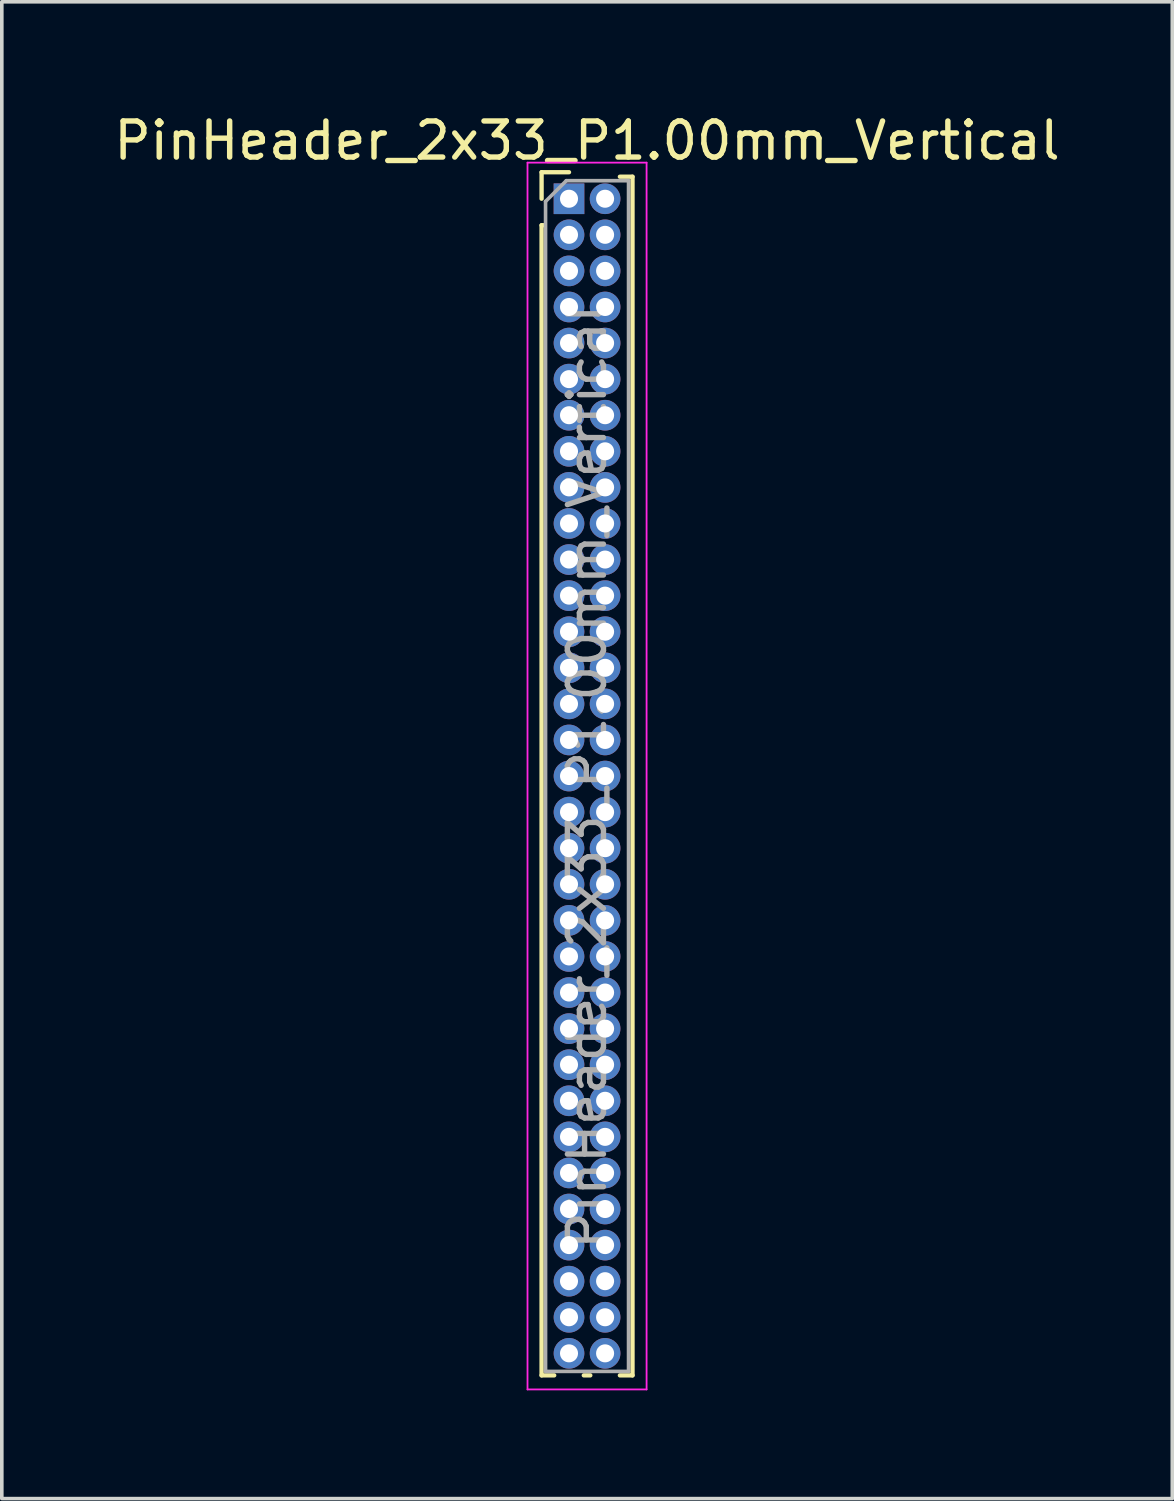
<source format=kicad_pcb>
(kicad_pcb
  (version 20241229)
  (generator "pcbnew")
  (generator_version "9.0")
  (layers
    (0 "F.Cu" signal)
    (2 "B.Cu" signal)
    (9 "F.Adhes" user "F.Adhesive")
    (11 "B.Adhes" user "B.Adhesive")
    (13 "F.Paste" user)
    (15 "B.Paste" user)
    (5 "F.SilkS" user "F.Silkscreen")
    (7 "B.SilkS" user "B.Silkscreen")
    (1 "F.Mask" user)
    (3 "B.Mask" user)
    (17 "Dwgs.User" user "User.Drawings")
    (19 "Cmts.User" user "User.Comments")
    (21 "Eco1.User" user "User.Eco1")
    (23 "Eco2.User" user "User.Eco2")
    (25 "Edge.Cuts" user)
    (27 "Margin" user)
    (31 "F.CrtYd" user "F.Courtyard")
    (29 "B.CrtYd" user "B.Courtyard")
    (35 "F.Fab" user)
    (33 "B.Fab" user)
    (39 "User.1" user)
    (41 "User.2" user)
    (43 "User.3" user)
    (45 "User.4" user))
  (footprint "PinHeader_2x33_P1.00mm_Vertical"
    (layer "F.Cu")
    (at 12.72 2.458)
    (property "Reference" "PinHeader_2x33_P1.00mm_Vertical" (at 0.5 -1.61 0) (layer "F.SilkS") (effects (font (size 1 1) (thickness 0.15))))
    (attr through_hole)
    (fp_line (start -0.76 -0.735) (end 0 -0.735) (stroke (width 0.12) (type solid)) (layer "F.SilkS"))
    (fp_line (start -0.76 0) (end -0.76 -0.735) (stroke (width 0.12) (type solid)) (layer "F.SilkS"))
    (fp_line (start -0.76 0.735) (end -0.76 32.61) (stroke (width 0.12) (type solid)) (layer "F.SilkS"))
    (fp_line (start -0.76 0.735) (end -0.686 0.735) (stroke (width 0.12) (type solid)) (layer "F.SilkS"))
    (fp_line (start -0.76 32.61) (end -0.41 32.61) (stroke (width 0.12) (type solid)) (layer "F.SilkS"))
    (fp_line (start 0.41 32.61) (end 0.59 32.61) (stroke (width 0.12) (type solid)) (layer "F.SilkS"))
    (fp_line (start 1.41 -0.61) (end 1.76 -0.61) (stroke (width 0.12) (type solid)) (layer "F.SilkS"))
    (fp_line (start 1.41 32.61) (end 1.76 32.61) (stroke (width 0.12) (type solid)) (layer "F.SilkS"))
    (fp_line (start 1.76 -0.61) (end 1.76 32.61) (stroke (width 0.12) (type solid)) (layer "F.SilkS"))
    (fp_line (start -1.15 -1) (end -1.15 33) (stroke (width 0.05) (type solid)) (layer "F.CrtYd"))
    (fp_line (start -1.15 33) (end 2.15 33) (stroke (width 0.05) (type solid)) (layer "F.CrtYd"))
    (fp_line (start 2.15 -1) (end -1.15 -1) (stroke (width 0.05) (type solid)) (layer "F.CrtYd"))
    (fp_line (start 2.15 33) (end 2.15 -1) (stroke (width 0.05) (type solid)) (layer "F.CrtYd"))
    (fp_line (start -0.65 0.075) (end -0.075 -0.5) (stroke (width 0.1) (type solid)) (layer "F.Fab"))
    (fp_line (start -0.65 32.5) (end -0.65 0.075) (stroke (width 0.1) (type solid)) (layer "F.Fab"))
    (fp_line (start -0.075 -0.5) (end 1.65 -0.5) (stroke (width 0.1) (type solid)) (layer "F.Fab"))
    (fp_line (start 1.65 -0.5) (end 1.65 32.5) (stroke (width 0.1) (type solid)) (layer "F.Fab"))
    (fp_line (start 1.65 32.5) (end -0.65 32.5) (stroke (width 0.1) (type solid)) (layer "F.Fab"))
    (fp_text user "${REFERENCE}" (at 0.5 16 90) (layer "F.Fab") (effects (font (size 1 1) (thickness 0.15))))
    (pad "1" thru_hole rect (at 0 0) (size 0.85 0.85) (drill 0.5) (layers "*.Cu" "*.Mask"))
    (pad "2" thru_hole circle (at 1 0) (size 0.85 0.85) (drill 0.5) (layers "*.Cu" "*.Mask"))
    (pad "3" thru_hole circle (at 0 1) (size 0.85 0.85) (drill 0.5) (layers "*.Cu" "*.Mask"))
    (pad "4" thru_hole circle (at 1 1) (size 0.85 0.85) (drill 0.5) (layers "*.Cu" "*.Mask"))
    (pad "5" thru_hole circle (at 0 2) (size 0.85 0.85) (drill 0.5) (layers "*.Cu" "*.Mask"))
    (pad "6" thru_hole circle (at 1 2) (size 0.85 0.85) (drill 0.5) (layers "*.Cu" "*.Mask"))
    (pad "7" thru_hole circle (at 0 3) (size 0.85 0.85) (drill 0.5) (layers "*.Cu" "*.Mask"))
    (pad "8" thru_hole circle (at 1 3) (size 0.85 0.85) (drill 0.5) (layers "*.Cu" "*.Mask"))
    (pad "9" thru_hole circle (at 0 4) (size 0.85 0.85) (drill 0.5) (layers "*.Cu" "*.Mask"))
    (pad "10" thru_hole circle (at 1 4) (size 0.85 0.85) (drill 0.5) (layers "*.Cu" "*.Mask"))
    (pad "11" thru_hole circle (at 0 5) (size 0.85 0.85) (drill 0.5) (layers "*.Cu" "*.Mask"))
    (pad "12" thru_hole circle (at 1 5) (size 0.85 0.85) (drill 0.5) (layers "*.Cu" "*.Mask"))
    (pad "13" thru_hole circle (at 0 6) (size 0.85 0.85) (drill 0.5) (layers "*.Cu" "*.Mask"))
    (pad "14" thru_hole circle (at 1 6) (size 0.85 0.85) (drill 0.5) (layers "*.Cu" "*.Mask"))
    (pad "15" thru_hole circle (at 0 7) (size 0.85 0.85) (drill 0.5) (layers "*.Cu" "*.Mask"))
    (pad "16" thru_hole circle (at 1 7) (size 0.85 0.85) (drill 0.5) (layers "*.Cu" "*.Mask"))
    (pad "17" thru_hole circle (at 0 8) (size 0.85 0.85) (drill 0.5) (layers "*.Cu" "*.Mask"))
    (pad "18" thru_hole circle (at 1 8) (size 0.85 0.85) (drill 0.5) (layers "*.Cu" "*.Mask"))
    (pad "19" thru_hole circle (at 0 9) (size 0.85 0.85) (drill 0.5) (layers "*.Cu" "*.Mask"))
    (pad "20" thru_hole circle (at 1 9) (size 0.85 0.85) (drill 0.5) (layers "*.Cu" "*.Mask"))
    (pad "21" thru_hole circle (at 0 10) (size 0.85 0.85) (drill 0.5) (layers "*.Cu" "*.Mask"))
    (pad "22" thru_hole circle (at 1 10) (size 0.85 0.85) (drill 0.5) (layers "*.Cu" "*.Mask"))
    (pad "23" thru_hole circle (at 0 11) (size 0.85 0.85) (drill 0.5) (layers "*.Cu" "*.Mask"))
    (pad "24" thru_hole circle (at 1 11) (size 0.85 0.85) (drill 0.5) (layers "*.Cu" "*.Mask"))
    (pad "25" thru_hole circle (at 0 12) (size 0.85 0.85) (drill 0.5) (layers "*.Cu" "*.Mask"))
    (pad "26" thru_hole circle (at 1 12) (size 0.85 0.85) (drill 0.5) (layers "*.Cu" "*.Mask"))
    (pad "27" thru_hole circle (at 0 13) (size 0.85 0.85) (drill 0.5) (layers "*.Cu" "*.Mask"))
    (pad "28" thru_hole circle (at 1 13) (size 0.85 0.85) (drill 0.5) (layers "*.Cu" "*.Mask"))
    (pad "29" thru_hole circle (at 0 14) (size 0.85 0.85) (drill 0.5) (layers "*.Cu" "*.Mask"))
    (pad "30" thru_hole circle (at 1 14) (size 0.85 0.85) (drill 0.5) (layers "*.Cu" "*.Mask"))
    (pad "31" thru_hole circle (at 0 15) (size 0.85 0.85) (drill 0.5) (layers "*.Cu" "*.Mask"))
    (pad "32" thru_hole circle (at 1 15) (size 0.85 0.85) (drill 0.5) (layers "*.Cu" "*.Mask"))
    (pad "33" thru_hole circle (at 0 16) (size 0.85 0.85) (drill 0.5) (layers "*.Cu" "*.Mask"))
    (pad "34" thru_hole circle (at 1 16) (size 0.85 0.85) (drill 0.5) (layers "*.Cu" "*.Mask"))
    (pad "35" thru_hole circle (at 0 17) (size 0.85 0.85) (drill 0.5) (layers "*.Cu" "*.Mask"))
    (pad "36" thru_hole circle (at 1 17) (size 0.85 0.85) (drill 0.5) (layers "*.Cu" "*.Mask"))
    (pad "37" thru_hole circle (at 0 18) (size 0.85 0.85) (drill 0.5) (layers "*.Cu" "*.Mask"))
    (pad "38" thru_hole circle (at 1 18) (size 0.85 0.85) (drill 0.5) (layers "*.Cu" "*.Mask"))
    (pad "39" thru_hole circle (at 0 19) (size 0.85 0.85) (drill 0.5) (layers "*.Cu" "*.Mask"))
    (pad "40" thru_hole circle (at 1 19) (size 0.85 0.85) (drill 0.5) (layers "*.Cu" "*.Mask"))
    (pad "41" thru_hole circle (at 0 20) (size 0.85 0.85) (drill 0.5) (layers "*.Cu" "*.Mask"))
    (pad "42" thru_hole circle (at 1 20) (size 0.85 0.85) (drill 0.5) (layers "*.Cu" "*.Mask"))
    (pad "43" thru_hole circle (at 0 21) (size 0.85 0.85) (drill 0.5) (layers "*.Cu" "*.Mask"))
    (pad "44" thru_hole circle (at 1 21) (size 0.85 0.85) (drill 0.5) (layers "*.Cu" "*.Mask"))
    (pad "45" thru_hole circle (at 0 22) (size 0.85 0.85) (drill 0.5) (layers "*.Cu" "*.Mask"))
    (pad "46" thru_hole circle (at 1 22) (size 0.85 0.85) (drill 0.5) (layers "*.Cu" "*.Mask"))
    (pad "47" thru_hole circle (at 0 23) (size 0.85 0.85) (drill 0.5) (layers "*.Cu" "*.Mask"))
    (pad "48" thru_hole circle (at 1 23) (size 0.85 0.85) (drill 0.5) (layers "*.Cu" "*.Mask"))
    (pad "49" thru_hole circle (at 0 24) (size 0.85 0.85) (drill 0.5) (layers "*.Cu" "*.Mask"))
    (pad "50" thru_hole circle (at 1 24) (size 0.85 0.85) (drill 0.5) (layers "*.Cu" "*.Mask"))
    (pad "51" thru_hole circle (at 0 25) (size 0.85 0.85) (drill 0.5) (layers "*.Cu" "*.Mask"))
    (pad "52" thru_hole circle (at 1 25) (size 0.85 0.85) (drill 0.5) (layers "*.Cu" "*.Mask"))
    (pad "53" thru_hole circle (at 0 26) (size 0.85 0.85) (drill 0.5) (layers "*.Cu" "*.Mask"))
    (pad "54" thru_hole circle (at 1 26) (size 0.85 0.85) (drill 0.5) (layers "*.Cu" "*.Mask"))
    (pad "55" thru_hole circle (at 0 27) (size 0.85 0.85) (drill 0.5) (layers "*.Cu" "*.Mask"))
    (pad "56" thru_hole circle (at 1 27) (size 0.85 0.85) (drill 0.5) (layers "*.Cu" "*.Mask"))
    (pad "57" thru_hole circle (at 0 28) (size 0.85 0.85) (drill 0.5) (layers "*.Cu" "*.Mask"))
    (pad "58" thru_hole circle (at 1 28) (size 0.85 0.85) (drill 0.5) (layers "*.Cu" "*.Mask"))
    (pad "59" thru_hole circle (at 0 29) (size 0.85 0.85) (drill 0.5) (layers "*.Cu" "*.Mask"))
    (pad "60" thru_hole circle (at 1 29) (size 0.85 0.85) (drill 0.5) (layers "*.Cu" "*.Mask"))
    (pad "61" thru_hole circle (at 0 30) (size 0.85 0.85) (drill 0.5) (layers "*.Cu" "*.Mask"))
    (pad "62" thru_hole circle (at 1 30) (size 0.85 0.85) (drill 0.5) (layers "*.Cu" "*.Mask"))
    (pad "63" thru_hole circle (at 0 31) (size 0.85 0.85) (drill 0.5) (layers "*.Cu" "*.Mask"))
    (pad "64" thru_hole circle (at 1 31) (size 0.85 0.85) (drill 0.5) (layers "*.Cu" "*.Mask"))
    (pad "65" thru_hole circle (at 0 32) (size 0.85 0.85) (drill 0.5) (layers "*.Cu" "*.Mask"))
    (pad "66" thru_hole circle (at 1 32) (size 0.85 0.85) (drill 0.5) (layers "*.Cu" "*.Mask")))
  (gr_rect
    (start -3 -3)
    (end 29.44 38.483)
    (stroke (width 0.1) (type default))
    (fill no)
    (layer "Edge.Cuts")))
</source>
